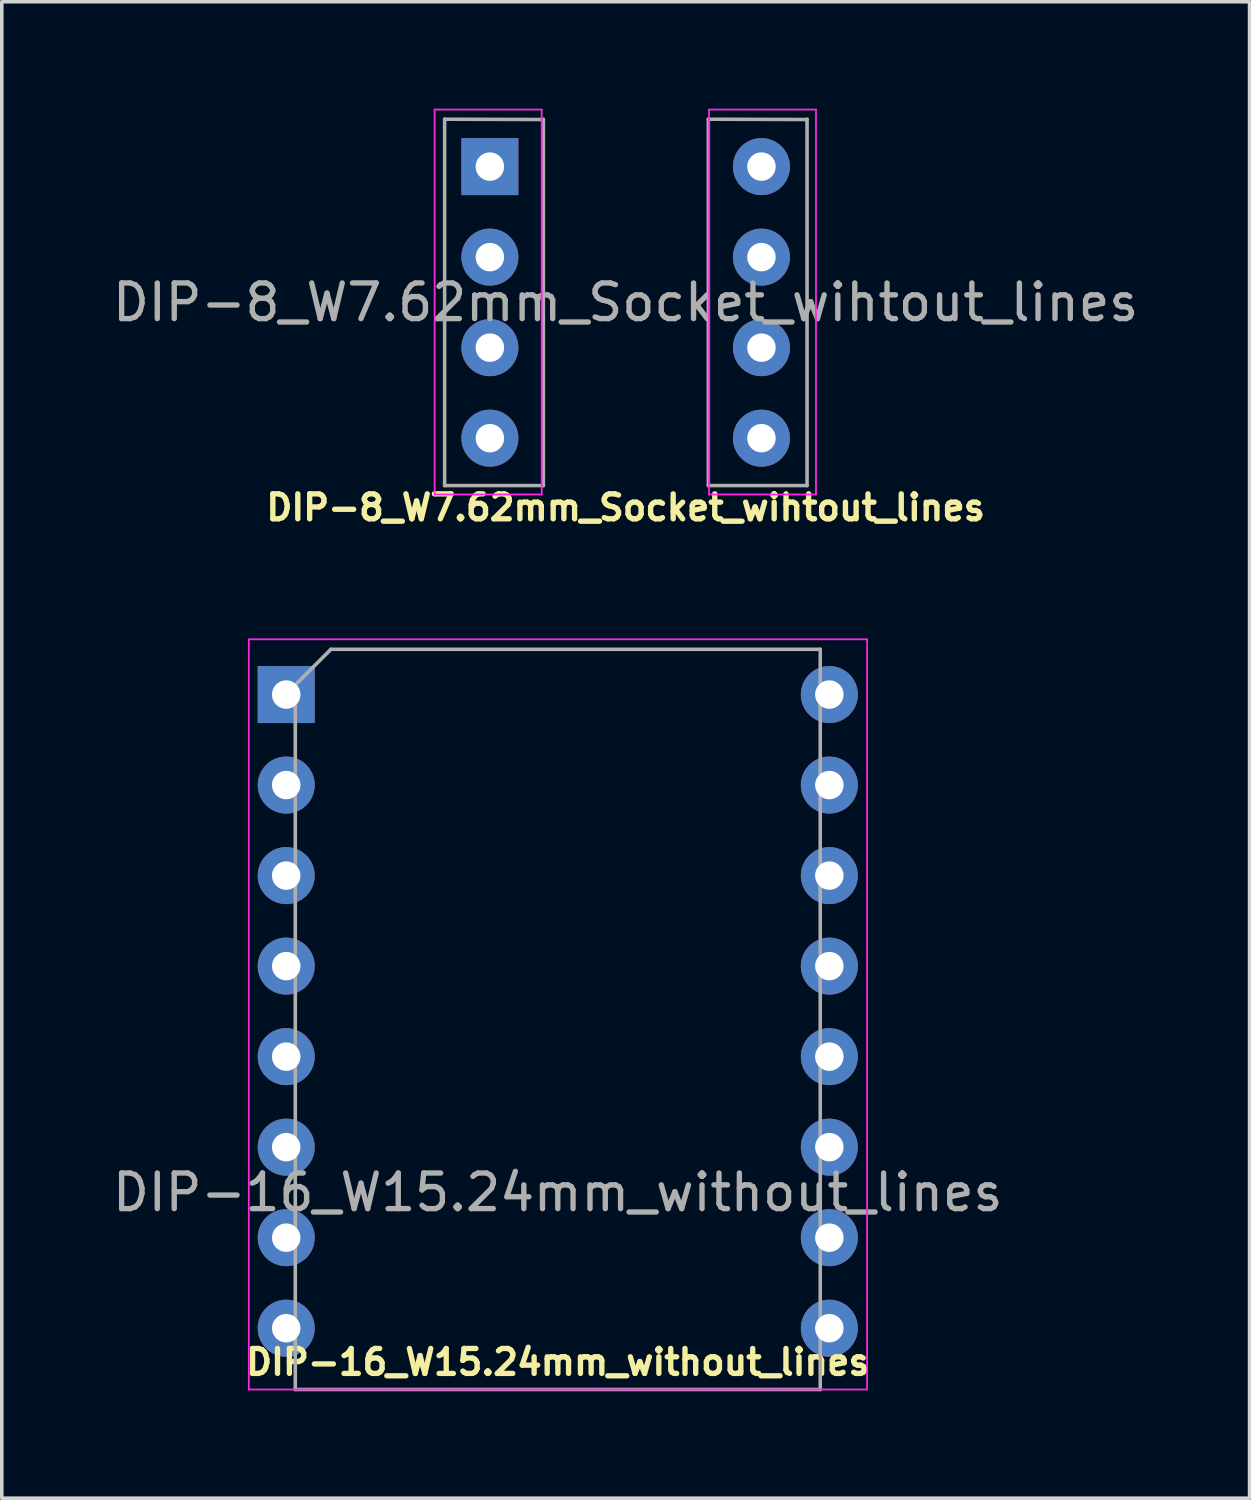
<source format=kicad_pcb>
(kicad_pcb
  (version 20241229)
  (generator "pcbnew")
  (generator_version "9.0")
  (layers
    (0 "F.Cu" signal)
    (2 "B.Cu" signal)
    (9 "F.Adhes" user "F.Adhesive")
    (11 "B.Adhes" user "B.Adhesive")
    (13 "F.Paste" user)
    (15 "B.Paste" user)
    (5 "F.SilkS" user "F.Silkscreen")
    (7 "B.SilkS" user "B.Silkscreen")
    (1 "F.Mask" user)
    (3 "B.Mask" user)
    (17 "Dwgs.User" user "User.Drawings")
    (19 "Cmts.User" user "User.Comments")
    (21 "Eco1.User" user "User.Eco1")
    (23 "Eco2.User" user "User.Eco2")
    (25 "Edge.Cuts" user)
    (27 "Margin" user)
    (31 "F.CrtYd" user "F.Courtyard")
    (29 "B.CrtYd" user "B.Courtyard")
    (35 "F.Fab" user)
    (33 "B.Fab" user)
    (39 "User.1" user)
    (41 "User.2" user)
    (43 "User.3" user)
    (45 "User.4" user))
  (footprint "DIP-16_W15.24mm_without_lines"
    (layer "F.Cu")
    (at 4.981 16.439)
    (property "Reference" "DIP-16_W15.24mm_without_lines" (at 7.623 18.733 0) (layer "F.SilkS") (effects (font (size 0.7 0.7) (thickness 0.15))))
    (attr through_hole)
    (fp_line (start -1.05 -1.55) (end -1.05 19.5) (stroke (width 0.05) (type solid)) (layer "F.CrtYd"))
    (fp_line (start -1.05 19.5) (end 16.3 19.5) (stroke (width 0.05) (type solid)) (layer "F.CrtYd"))
    (fp_line (start 16.3 -1.55) (end -1.05 -1.55) (stroke (width 0.05) (type solid)) (layer "F.CrtYd"))
    (fp_line (start 16.3 19.5) (end 16.3 -1.55) (stroke (width 0.05) (type solid)) (layer "F.CrtYd"))
    (fp_line (start 0.255 -0.27) (end 1.255 -1.27) (stroke (width 0.1) (type solid)) (layer "F.Fab"))
    (fp_line (start 0.255 19.5) (end 0.255 -0.27) (stroke (width 0.1) (type solid)) (layer "F.Fab"))
    (fp_line (start 1.255 -1.27) (end 14.985 -1.27) (stroke (width 0.1) (type solid)) (layer "F.Fab"))
    (fp_line (start 14.985 -1.27) (end 14.985 19.5) (stroke (width 0.1) (type solid)) (layer "F.Fab"))
    (fp_line (start 14.985 19.5) (end 0.255 19.5) (stroke (width 0.1) (type solid)) (layer "F.Fab"))
    (fp_text user "${REFERENCE}" (at 7.62 13.97 0) (layer "F.Fab") (effects (font (size 1 1) (thickness 0.15))))
    (pad "1" thru_hole rect (at 0 0) (size 1.6 1.6) (drill 0.8) (layers "*.Cu" "*.Mask"))
    (pad "2" thru_hole oval (at 0 2.54) (size 1.6 1.6) (drill 0.8) (layers "*.Cu" "*.Mask"))
    (pad "3" thru_hole oval (at 0 5.08) (size 1.6 1.6) (drill 0.8) (layers "*.Cu" "*.Mask"))
    (pad "4" thru_hole oval (at 0 7.62) (size 1.6 1.6) (drill 0.8) (layers "*.Cu" "*.Mask"))
    (pad "5" thru_hole oval (at 0 10.16) (size 1.6 1.6) (drill 0.8) (layers "*.Cu" "*.Mask"))
    (pad "6" thru_hole oval (at 0 12.7) (size 1.6 1.6) (drill 0.8) (layers "*.Cu" "*.Mask"))
    (pad "7" thru_hole oval (at 0 15.24) (size 1.6 1.6) (drill 0.8) (layers "*.Cu" "*.Mask"))
    (pad "8" thru_hole oval (at 0 17.78) (size 1.6 1.6) (drill 0.8) (layers "*.Cu" "*.Mask"))
    (pad "9" thru_hole oval (at 15.24 17.78) (size 1.6 1.6) (drill 0.8) (layers "*.Cu" "*.Mask"))
    (pad "10" thru_hole oval (at 15.24 15.24) (size 1.6 1.6) (drill 0.8) (layers "*.Cu" "*.Mask"))
    (pad "11" thru_hole oval (at 15.24 12.7) (size 1.6 1.6) (drill 0.8) (layers "*.Cu" "*.Mask"))
    (pad "12" thru_hole oval (at 15.24 10.16) (size 1.6 1.6) (drill 0.8) (layers "*.Cu" "*.Mask"))
    (pad "13" thru_hole oval (at 15.24 7.62) (size 1.6 1.6) (drill 0.8) (layers "*.Cu" "*.Mask"))
    (pad "14" thru_hole oval (at 15.24 5.08) (size 1.6 1.6) (drill 0.8) (layers "*.Cu" "*.Mask"))
    (pad "15" thru_hole oval (at 15.24 2.54) (size 1.6 1.6) (drill 0.8) (layers "*.Cu" "*.Mask"))
    (pad "16" thru_hole oval (at 15.24 0) (size 1.6 1.6) (drill 0.8) (layers "*.Cu" "*.Mask")))
  (footprint "DIP-8_W7.62mm_Socket_wihtout_lines"
    (layer "F.Cu")
    (at 10.696 1.625)
    (property "Reference" "DIP-8_W7.62mm_Socket_wihtout_lines" (at 3.81 9.566 0) (layer "F.SilkS") (effects (font (size 0.7 0.7) (thickness 0.15))))
    (attr through_hole)
    (fp_line (start -1.55 -1.6) (end -1.55 9.2) (stroke (width 0.05) (type solid)) (layer "F.CrtYd"))
    (fp_line (start -1.55 9.2) (end 1.454 9.2) (stroke (width 0.05) (type solid)) (layer "F.CrtYd"))
    (fp_line (start 1.454 -1.6) (end -1.55 -1.6) (stroke (width 0.05) (type solid)) (layer "F.CrtYd"))
    (fp_line (start 1.454 9.2) (end 1.454 -1.6) (stroke (width 0.05) (type solid)) (layer "F.CrtYd"))
    (fp_line (start 6.15 9.2) (end 6.15 -1.6) (stroke (width 0.05) (type solid)) (layer "F.CrtYd"))
    (fp_line (start 6.15 9.2) (end 9.15 9.2) (stroke (width 0.05) (type solid)) (layer "F.CrtYd"))
    (fp_line (start 9.15 -1.6) (end 6.15 -1.6) (stroke (width 0.05) (type solid)) (layer "F.CrtYd"))
    (fp_line (start 9.15 9.2) (end 9.15 -1.6) (stroke (width 0.05) (type solid)) (layer "F.CrtYd"))
    (fp_line (start -1.27 -1.33) (end -1.27 8.95) (stroke (width 0.1) (type solid)) (layer "F.Fab"))
    (fp_line (start -1.27 8.95) (end 1.5 8.95) (stroke (width 0.1) (type solid)) (layer "F.Fab"))
    (fp_line (start 1.5 -1.321) (end -1.27 -1.33) (stroke (width 0.1) (type solid)) (layer "F.Fab"))
    (fp_line (start 1.5 8.95) (end 1.5 -1.33) (stroke (width 0.1) (type solid)) (layer "F.Fab"))
    (fp_line (start 6.13 -1.33) (end 6.13 8.95) (stroke (width 0.1) (type solid)) (layer "F.Fab"))
    (fp_line (start 6.13 8.95) (end 8.9 8.95) (stroke (width 0.1) (type solid)) (layer "F.Fab"))
    (fp_line (start 8.9 -1.321) (end 6.13 -1.33) (stroke (width 0.1) (type solid)) (layer "F.Fab"))
    (fp_line (start 8.9 8.95) (end 8.9 -1.33) (stroke (width 0.1) (type solid)) (layer "F.Fab"))
    (fp_text user "${REFERENCE}" (at 3.81 3.81 0) (layer "F.Fab") (effects (font (size 1 1) (thickness 0.15))))
    (pad "1" thru_hole rect (at 0 0) (size 1.6 1.6) (drill 0.8) (layers "*.Cu" "*.Mask"))
    (pad "2" thru_hole oval (at 0 2.54) (size 1.6 1.6) (drill 0.8) (layers "*.Cu" "*.Mask"))
    (pad "3" thru_hole oval (at 0 5.08) (size 1.6 1.6) (drill 0.8) (layers "*.Cu" "*.Mask"))
    (pad "4" thru_hole oval (at 0 7.62) (size 1.6 1.6) (drill 0.8) (layers "*.Cu" "*.Mask"))
    (pad "5" thru_hole oval (at 7.62 7.62) (size 1.6 1.6) (drill 0.8) (layers "*.Cu" "*.Mask"))
    (pad "6" thru_hole oval (at 7.62 5.08) (size 1.6 1.6) (drill 0.8) (layers "*.Cu" "*.Mask"))
    (pad "7" thru_hole oval (at 7.62 2.54) (size 1.6 1.6) (drill 0.8) (layers "*.Cu" "*.Mask"))
    (pad "8" thru_hole oval (at 7.62 0) (size 1.6 1.6) (drill 0.8) (layers "*.Cu" "*.Mask")))
  (gr_rect
    (start -3 -3)
    (end 32.012 38.989)
    (stroke (width 0.1) (type default))
    (fill no)
    (layer "Edge.Cuts")))
</source>
